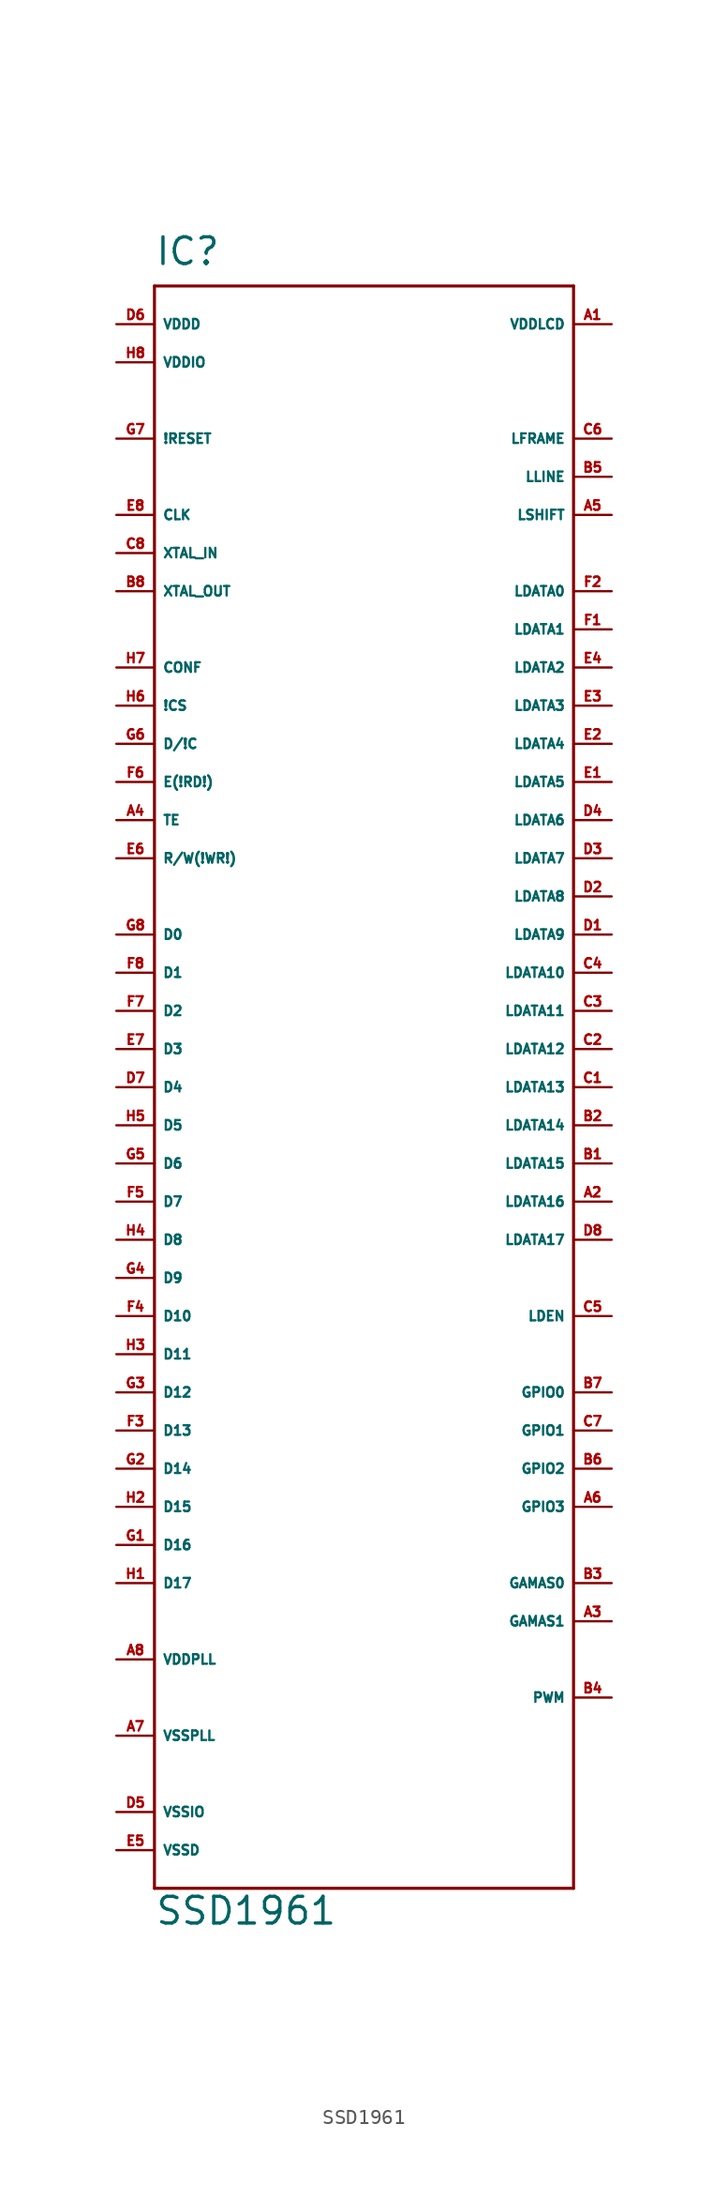
<source format=kicad_sym>
(kicad_symbol_lib
  (version 20220914)
  (generator Eagle2Kicad)
  (symbol "SSD1961"
    (property "Reference" "IC"
      (at -12.7 46.99 0)
      (effects (font (size 1.778 1.778) (thickness 0.22)) (justify left bottom)))
    (property "Value" "SSD1961"
      (at -12.7 -63.5 0)
      (effects (font (size 1.778 1.778) (thickness 0.22)) (justify left bottom)))
    (polyline
      (pts (xy -12.7 -60.96) (xy 15.24 -60.96))
      (stroke (width 0.203) (type default))
      (fill (type none)))
    (polyline
      (pts (xy 15.24 -60.96) (xy 15.24 45.72))
      (stroke (width 0.203) (type default))
      (fill (type none)))
    (polyline
      (pts (xy 15.24 45.72) (xy -12.7 45.72))
      (stroke (width 0.203) (type default))
      (fill (type none)))
    (polyline
      (pts (xy -12.7 45.72) (xy -12.7 -60.96))
      (stroke (width 0.203) (type default))
      (fill (type none)))
    (pin unspecified line
      (at 17.78 43.18 180)
      (length 2.54)
      (name "VDDLCD" (effects (font (size 0.635 0.635) (thickness 0.08)) (justify left bottom)))
      (number "A1" (effects (font (size 0.635 0.635) (thickness 0.08)) (justify left bottom))))
    (pin output line
      (at 17.78 -7.62 180)
      (length 2.54)
      (name "LDATA13" (effects (font (size 0.635 0.635) (thickness 0.08)) (justify left bottom)))
      (number "C1" (effects (font (size 0.635 0.635) (thickness 0.08)) (justify left bottom))))
    (pin output line
      (at 17.78 12.7 180)
      (length 2.54)
      (name "LDATA5" (effects (font (size 0.635 0.635) (thickness 0.08)) (justify left bottom)))
      (number "E1" (effects (font (size 0.635 0.635) (thickness 0.08)) (justify left bottom))))
    (pin bidirectional line
      (at -15.24 -38.1 0)
      (length 2.54)
      (name "D16" (effects (font (size 0.635 0.635) (thickness 0.08)) (justify left bottom)))
      (number "G1" (effects (font (size 0.635 0.635) (thickness 0.08)) (justify left bottom))))
    (pin output line
      (at 17.78 -15.24 180)
      (length 2.54)
      (name "LDATA16" (effects (font (size 0.635 0.635) (thickness 0.08)) (justify left bottom)))
      (number "A2" (effects (font (size 0.635 0.635) (thickness 0.08)) (justify left bottom))))
    (pin output line
      (at 17.78 -5.08 180)
      (length 2.54)
      (name "LDATA12" (effects (font (size 0.635 0.635) (thickness 0.08)) (justify left bottom)))
      (number "C2" (effects (font (size 0.635 0.635) (thickness 0.08)) (justify left bottom))))
    (pin output line
      (at 17.78 15.24 180)
      (length 2.54)
      (name "LDATA4" (effects (font (size 0.635 0.635) (thickness 0.08)) (justify left bottom)))
      (number "E2" (effects (font (size 0.635 0.635) (thickness 0.08)) (justify left bottom))))
    (pin bidirectional line
      (at -15.24 -33.02 0)
      (length 2.54)
      (name "D14" (effects (font (size 0.635 0.635) (thickness 0.08)) (justify left bottom)))
      (number "G2" (effects (font (size 0.635 0.635) (thickness 0.08)) (justify left bottom))))
    (pin output line
      (at 17.78 -43.18 180)
      (length 2.54)
      (name "GAMAS1" (effects (font (size 0.635 0.635) (thickness 0.08)) (justify left bottom)))
      (number "A3" (effects (font (size 0.635 0.635) (thickness 0.08)) (justify left bottom))))
    (pin output line
      (at 17.78 -2.54 180)
      (length 2.54)
      (name "LDATA11" (effects (font (size 0.635 0.635) (thickness 0.08)) (justify left bottom)))
      (number "C3" (effects (font (size 0.635 0.635) (thickness 0.08)) (justify left bottom))))
    (pin output line
      (at 17.78 17.78 180)
      (length 2.54)
      (name "LDATA3" (effects (font (size 0.635 0.635) (thickness 0.08)) (justify left bottom)))
      (number "E3" (effects (font (size 0.635 0.635) (thickness 0.08)) (justify left bottom))))
    (pin bidirectional line
      (at -15.24 -27.94 0)
      (length 2.54)
      (name "D12" (effects (font (size 0.635 0.635) (thickness 0.08)) (justify left bottom)))
      (number "G3" (effects (font (size 0.635 0.635) (thickness 0.08)) (justify left bottom))))
    (pin output line
      (at -15.24 10.16 0)
      (length 2.54)
      (name "TE" (effects (font (size 0.635 0.635) (thickness 0.08)) (justify left bottom)))
      (number "A4" (effects (font (size 0.635 0.635) (thickness 0.08)) (justify left bottom))))
    (pin output line
      (at 17.78 0 180)
      (length 2.54)
      (name "LDATA10" (effects (font (size 0.635 0.635) (thickness 0.08)) (justify left bottom)))
      (number "C4" (effects (font (size 0.635 0.635) (thickness 0.08)) (justify left bottom))))
    (pin output line
      (at 17.78 20.32 180)
      (length 2.54)
      (name "LDATA2" (effects (font (size 0.635 0.635) (thickness 0.08)) (justify left bottom)))
      (number "E4" (effects (font (size 0.635 0.635) (thickness 0.08)) (justify left bottom))))
    (pin bidirectional line
      (at -15.24 -20.32 0)
      (length 2.54)
      (name "D9" (effects (font (size 0.635 0.635) (thickness 0.08)) (justify left bottom)))
      (number "G4" (effects (font (size 0.635 0.635) (thickness 0.08)) (justify left bottom))))
    (pin output line
      (at 17.78 30.48 180)
      (length 2.54)
      (name "LSHIFT" (effects (font (size 0.635 0.635) (thickness 0.08)) (justify left bottom)))
      (number "A5" (effects (font (size 0.635 0.635) (thickness 0.08)) (justify left bottom))))
    (pin output line
      (at 17.78 -22.86 180)
      (length 2.54)
      (name "LDEN" (effects (font (size 0.635 0.635) (thickness 0.08)) (justify left bottom)))
      (number "C5" (effects (font (size 0.635 0.635) (thickness 0.08)) (justify left bottom))))
    (pin unspecified line
      (at -15.24 -58.42 0)
      (length 2.54)
      (name "VSSD" (effects (font (size 0.635 0.635) (thickness 0.08)) (justify left bottom)))
      (number "E5" (effects (font (size 0.635 0.635) (thickness 0.08)) (justify left bottom))))
    (pin bidirectional line
      (at -15.24 -12.7 0)
      (length 2.54)
      (name "D6" (effects (font (size 0.635 0.635) (thickness 0.08)) (justify left bottom)))
      (number "G5" (effects (font (size 0.635 0.635) (thickness 0.08)) (justify left bottom))))
    (pin bidirectional line
      (at 17.78 -35.56 180)
      (length 2.54)
      (name "GPIO3" (effects (font (size 0.635 0.635) (thickness 0.08)) (justify left bottom)))
      (number "A6" (effects (font (size 0.635 0.635) (thickness 0.08)) (justify left bottom))))
    (pin input line
      (at 17.78 35.56 180)
      (length 2.54)
      (name "LFRAME" (effects (font (size 0.635 0.635) (thickness 0.08)) (justify left bottom)))
      (number "C6" (effects (font (size 0.635 0.635) (thickness 0.08)) (justify left bottom))))
    (pin input line
      (at -15.24 7.62 0)
      (length 2.54)
      (name "R/W(!WR!)" (effects (font (size 0.635 0.635) (thickness 0.08)) (justify left bottom)))
      (number "E6" (effects (font (size 0.635 0.635) (thickness 0.08)) (justify left bottom))))
    (pin input line
      (at -15.24 15.24 0)
      (length 2.54)
      (name "D/!C" (effects (font (size 0.635 0.635) (thickness 0.08)) (justify left bottom)))
      (number "G6" (effects (font (size 0.635 0.635) (thickness 0.08)) (justify left bottom))))
    (pin unspecified line
      (at -15.24 -50.8 0)
      (length 2.54)
      (name "VSSPLL" (effects (font (size 0.635 0.635) (thickness 0.08)) (justify left bottom)))
      (number "A7" (effects (font (size 0.635 0.635) (thickness 0.08)) (justify left bottom))))
    (pin bidirectional line
      (at 17.78 -30.48 180)
      (length 2.54)
      (name "GPIO1" (effects (font (size 0.635 0.635) (thickness 0.08)) (justify left bottom)))
      (number "C7" (effects (font (size 0.635 0.635) (thickness 0.08)) (justify left bottom))))
    (pin bidirectional line
      (at -15.24 -5.08 0)
      (length 2.54)
      (name "D3" (effects (font (size 0.635 0.635) (thickness 0.08)) (justify left bottom)))
      (number "E7" (effects (font (size 0.635 0.635) (thickness 0.08)) (justify left bottom))))
    (pin input line
      (at -15.24 35.56 0)
      (length 2.54)
      (name "!RESET" (effects (font (size 0.635 0.635) (thickness 0.08)) (justify left bottom)))
      (number "G7" (effects (font (size 0.635 0.635) (thickness 0.08)) (justify left bottom))))
    (pin unspecified line
      (at -15.24 -45.72 0)
      (length 2.54)
      (name "VDDPLL" (effects (font (size 0.635 0.635) (thickness 0.08)) (justify left bottom)))
      (number "A8" (effects (font (size 0.635 0.635) (thickness 0.08)) (justify left bottom))))
    (pin input line
      (at -15.24 27.94 0)
      (length 2.54)
      (name "XTAL_IN" (effects (font (size 0.635 0.635) (thickness 0.08)) (justify left bottom)))
      (number "C8" (effects (font (size 0.635 0.635) (thickness 0.08)) (justify left bottom))))
    (pin input line
      (at -15.24 30.48 0)
      (length 2.54)
      (name "CLK" (effects (font (size 0.635 0.635) (thickness 0.08)) (justify left bottom)))
      (number "E8" (effects (font (size 0.635 0.635) (thickness 0.08)) (justify left bottom))))
    (pin bidirectional line
      (at -15.24 2.54 0)
      (length 2.54)
      (name "D0" (effects (font (size 0.635 0.635) (thickness 0.08)) (justify left bottom)))
      (number "G8" (effects (font (size 0.635 0.635) (thickness 0.08)) (justify left bottom))))
    (pin output line
      (at 17.78 -12.7 180)
      (length 2.54)
      (name "LDATA15" (effects (font (size 0.635 0.635) (thickness 0.08)) (justify left bottom)))
      (number "B1" (effects (font (size 0.635 0.635) (thickness 0.08)) (justify left bottom))))
    (pin output line
      (at 17.78 2.54 180)
      (length 2.54)
      (name "LDATA9" (effects (font (size 0.635 0.635) (thickness 0.08)) (justify left bottom)))
      (number "D1" (effects (font (size 0.635 0.635) (thickness 0.08)) (justify left bottom))))
    (pin output line
      (at 17.78 22.86 180)
      (length 2.54)
      (name "LDATA1" (effects (font (size 0.635 0.635) (thickness 0.08)) (justify left bottom)))
      (number "F1" (effects (font (size 0.635 0.635) (thickness 0.08)) (justify left bottom))))
    (pin bidirectional line
      (at -15.24 -40.64 0)
      (length 2.54)
      (name "D17" (effects (font (size 0.635 0.635) (thickness 0.08)) (justify left bottom)))
      (number "H1" (effects (font (size 0.635 0.635) (thickness 0.08)) (justify left bottom))))
    (pin output line
      (at 17.78 -10.16 180)
      (length 2.54)
      (name "LDATA14" (effects (font (size 0.635 0.635) (thickness 0.08)) (justify left bottom)))
      (number "B2" (effects (font (size 0.635 0.635) (thickness 0.08)) (justify left bottom))))
    (pin output line
      (at 17.78 5.08 180)
      (length 2.54)
      (name "LDATA8" (effects (font (size 0.635 0.635) (thickness 0.08)) (justify left bottom)))
      (number "D2" (effects (font (size 0.635 0.635) (thickness 0.08)) (justify left bottom))))
    (pin output line
      (at 17.78 25.4 180)
      (length 2.54)
      (name "LDATA0" (effects (font (size 0.635 0.635) (thickness 0.08)) (justify left bottom)))
      (number "F2" (effects (font (size 0.635 0.635) (thickness 0.08)) (justify left bottom))))
    (pin bidirectional line
      (at -15.24 -35.56 0)
      (length 2.54)
      (name "D15" (effects (font (size 0.635 0.635) (thickness 0.08)) (justify left bottom)))
      (number "H2" (effects (font (size 0.635 0.635) (thickness 0.08)) (justify left bottom))))
    (pin output line
      (at 17.78 -40.64 180)
      (length 2.54)
      (name "GAMAS0" (effects (font (size 0.635 0.635) (thickness 0.08)) (justify left bottom)))
      (number "B3" (effects (font (size 0.635 0.635) (thickness 0.08)) (justify left bottom))))
    (pin output line
      (at 17.78 7.62 180)
      (length 2.54)
      (name "LDATA7" (effects (font (size 0.635 0.635) (thickness 0.08)) (justify left bottom)))
      (number "D3" (effects (font (size 0.635 0.635) (thickness 0.08)) (justify left bottom))))
    (pin bidirectional line
      (at -15.24 -30.48 0)
      (length 2.54)
      (name "D13" (effects (font (size 0.635 0.635) (thickness 0.08)) (justify left bottom)))
      (number "F3" (effects (font (size 0.635 0.635) (thickness 0.08)) (justify left bottom))))
    (pin bidirectional line
      (at -15.24 -25.4 0)
      (length 2.54)
      (name "D11" (effects (font (size 0.635 0.635) (thickness 0.08)) (justify left bottom)))
      (number "H3" (effects (font (size 0.635 0.635) (thickness 0.08)) (justify left bottom))))
    (pin output line
      (at 17.78 -48.26 180)
      (length 2.54)
      (name "PWM" (effects (font (size 0.635 0.635) (thickness 0.08)) (justify left bottom)))
      (number "B4" (effects (font (size 0.635 0.635) (thickness 0.08)) (justify left bottom))))
    (pin output line
      (at 17.78 10.16 180)
      (length 2.54)
      (name "LDATA6" (effects (font (size 0.635 0.635) (thickness 0.08)) (justify left bottom)))
      (number "D4" (effects (font (size 0.635 0.635) (thickness 0.08)) (justify left bottom))))
    (pin bidirectional line
      (at -15.24 -22.86 0)
      (length 2.54)
      (name "D10" (effects (font (size 0.635 0.635) (thickness 0.08)) (justify left bottom)))
      (number "F4" (effects (font (size 0.635 0.635) (thickness 0.08)) (justify left bottom))))
    (pin bidirectional line
      (at -15.24 -17.78 0)
      (length 2.54)
      (name "D8" (effects (font (size 0.635 0.635) (thickness 0.08)) (justify left bottom)))
      (number "H4" (effects (font (size 0.635 0.635) (thickness 0.08)) (justify left bottom))))
    (pin output line
      (at 17.78 33.02 180)
      (length 2.54)
      (name "LLINE" (effects (font (size 0.635 0.635) (thickness 0.08)) (justify left bottom)))
      (number "B5" (effects (font (size 0.635 0.635) (thickness 0.08)) (justify left bottom))))
    (pin unspecified line
      (at -15.24 -55.88 0)
      (length 2.54)
      (name "VSSIO" (effects (font (size 0.635 0.635) (thickness 0.08)) (justify left bottom)))
      (number "D5" (effects (font (size 0.635 0.635) (thickness 0.08)) (justify left bottom))))
    (pin bidirectional line
      (at -15.24 -15.24 0)
      (length 2.54)
      (name "D7" (effects (font (size 0.635 0.635) (thickness 0.08)) (justify left bottom)))
      (number "F5" (effects (font (size 0.635 0.635) (thickness 0.08)) (justify left bottom))))
    (pin bidirectional line
      (at -15.24 -10.16 0)
      (length 2.54)
      (name "D5" (effects (font (size 0.635 0.635) (thickness 0.08)) (justify left bottom)))
      (number "H5" (effects (font (size 0.635 0.635) (thickness 0.08)) (justify left bottom))))
    (pin bidirectional line
      (at 17.78 -33.02 180)
      (length 2.54)
      (name "GPIO2" (effects (font (size 0.635 0.635) (thickness 0.08)) (justify left bottom)))
      (number "B6" (effects (font (size 0.635 0.635) (thickness 0.08)) (justify left bottom))))
    (pin unspecified line
      (at -15.24 43.18 0)
      (length 2.54)
      (name "VDDD" (effects (font (size 0.635 0.635) (thickness 0.08)) (justify left bottom)))
      (number "D6" (effects (font (size 0.635 0.635) (thickness 0.08)) (justify left bottom))))
    (pin input line
      (at -15.24 12.7 0)
      (length 2.54)
      (name "E(!RD!)" (effects (font (size 0.635 0.635) (thickness 0.08)) (justify left bottom)))
      (number "F6" (effects (font (size 0.635 0.635) (thickness 0.08)) (justify left bottom))))
    (pin input line
      (at -15.24 17.78 0)
      (length 2.54)
      (name "!CS" (effects (font (size 0.635 0.635) (thickness 0.08)) (justify left bottom)))
      (number "H6" (effects (font (size 0.635 0.635) (thickness 0.08)) (justify left bottom))))
    (pin bidirectional line
      (at 17.78 -27.94 180)
      (length 2.54)
      (name "GPIO0" (effects (font (size 0.635 0.635) (thickness 0.08)) (justify left bottom)))
      (number "B7" (effects (font (size 0.635 0.635) (thickness 0.08)) (justify left bottom))))
    (pin bidirectional line
      (at -15.24 -7.62 0)
      (length 2.54)
      (name "D4" (effects (font (size 0.635 0.635) (thickness 0.08)) (justify left bottom)))
      (number "D7" (effects (font (size 0.635 0.635) (thickness 0.08)) (justify left bottom))))
    (pin bidirectional line
      (at -15.24 -2.54 0)
      (length 2.54)
      (name "D2" (effects (font (size 0.635 0.635) (thickness 0.08)) (justify left bottom)))
      (number "F7" (effects (font (size 0.635 0.635) (thickness 0.08)) (justify left bottom))))
    (pin input line
      (at -15.24 20.32 0)
      (length 2.54)
      (name "CONF" (effects (font (size 0.635 0.635) (thickness 0.08)) (justify left bottom)))
      (number "H7" (effects (font (size 0.635 0.635) (thickness 0.08)) (justify left bottom))))
    (pin output line
      (at -15.24 25.4 0)
      (length 2.54)
      (name "XTAL_OUT" (effects (font (size 0.635 0.635) (thickness 0.08)) (justify left bottom)))
      (number "B8" (effects (font (size 0.635 0.635) (thickness 0.08)) (justify left bottom))))
    (pin output line
      (at 17.78 -17.78 180)
      (length 2.54)
      (name "LDATA17" (effects (font (size 0.635 0.635) (thickness 0.08)) (justify left bottom)))
      (number "D8" (effects (font (size 0.635 0.635) (thickness 0.08)) (justify left bottom))))
    (pin bidirectional line
      (at -15.24 0 0)
      (length 2.54)
      (name "D1" (effects (font (size 0.635 0.635) (thickness 0.08)) (justify left bottom)))
      (number "F8" (effects (font (size 0.635 0.635) (thickness 0.08)) (justify left bottom))))
    (pin unspecified line
      (at -15.24 40.64 0)
      (length 2.54)
      (name "VDDIO" (effects (font (size 0.635 0.635) (thickness 0.08)) (justify left bottom)))
      (number "H8" (effects (font (size 0.635 0.635) (thickness 0.08)) (justify left bottom))))))
</source>
